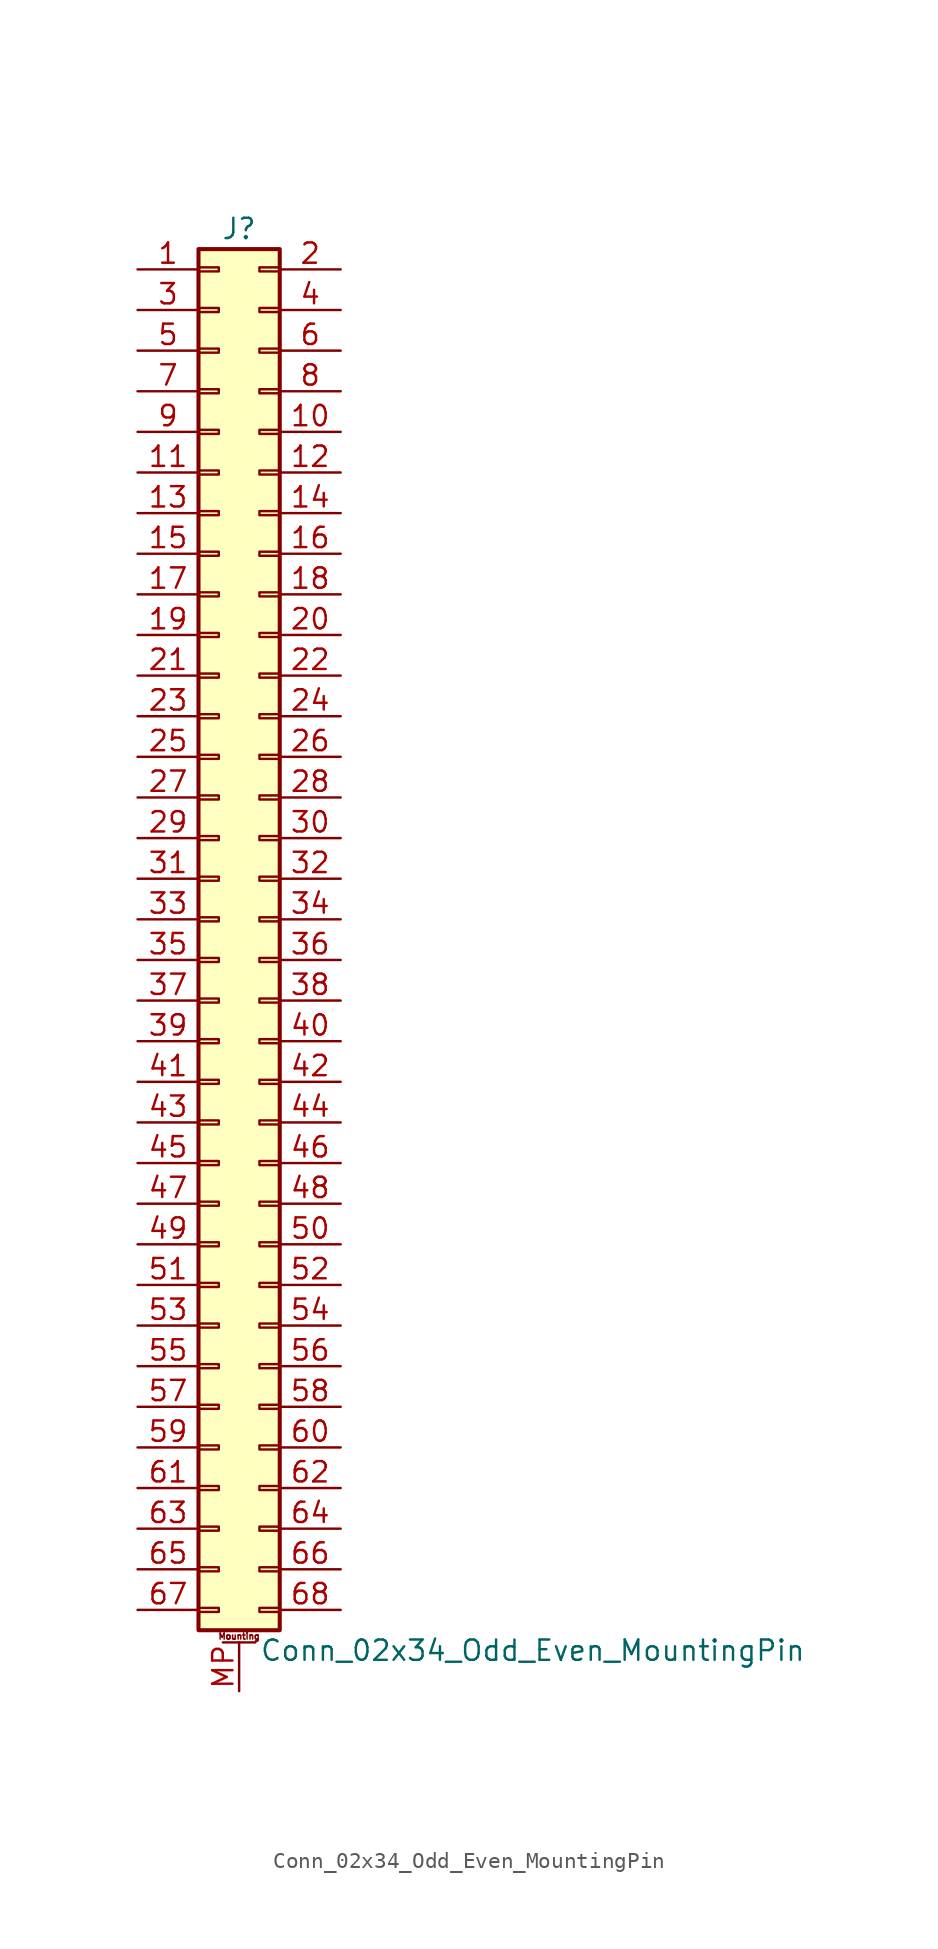
<source format=kicad_sym>
(kicad_symbol_lib
  (version 20201005)
  (generator kicad_symbol_editor)
  (symbol "Conn_02x34_Odd_Even_MountingPin"
    (pin_names
      (offset 1.016) hide)
    (property "Reference" "J"
      (at 1.27 43.18 0)
      (effects (font (size 1.27 1.27))))
    (property "Value" "Conn_02x34_Odd_Even_MountingPin"
      (at 2.54 -45.72 0)
      (effects (font (size 1.27 1.27)) (justify left)))
    (symbol "Conn_02x34_Odd_Even_MountingPin_1_1"
      (text "Mounting" (at 1.27 -44.831 0) (effects (font (size 0.381 0.381))))
      (rectangle (start -1.27 -43.053) (end 0 -43.307) (stroke (width 0.152)) (fill (type none)))
      (rectangle (start -1.27 -40.513) (end 0 -40.767) (stroke (width 0.152)) (fill (type none)))
      (rectangle (start -1.27 -37.973) (end 0 -38.227) (stroke (width 0.152)) (fill (type none)))
      (rectangle (start -1.27 -35.433) (end 0 -35.687) (stroke (width 0.152)) (fill (type none)))
      (rectangle (start -1.27 -32.893) (end 0 -33.147) (stroke (width 0.152)) (fill (type none)))
      (rectangle (start -1.27 -30.353) (end 0 -30.607) (stroke (width 0.152)) (fill (type none)))
      (rectangle (start -1.27 -27.813) (end 0 -28.067) (stroke (width 0.152)) (fill (type none)))
      (rectangle (start -1.27 -25.273) (end 0 -25.527) (stroke (width 0.152)) (fill (type none)))
      (rectangle (start -1.27 -22.733) (end 0 -22.987) (stroke (width 0.152)) (fill (type none)))
      (rectangle (start -1.27 -20.193) (end 0 -20.447) (stroke (width 0.152)) (fill (type none)))
      (rectangle (start -1.27 -17.653) (end 0 -17.907) (stroke (width 0.152)) (fill (type none)))
      (rectangle (start -1.27 -15.113) (end 0 -15.367) (stroke (width 0.152)) (fill (type none)))
      (rectangle (start -1.27 -12.573) (end 0 -12.827) (stroke (width 0.152)) (fill (type none)))
      (rectangle (start -1.27 -10.033) (end 0 -10.287) (stroke (width 0.152)) (fill (type none)))
      (rectangle (start -1.27 -7.493) (end 0 -7.747) (stroke (width 0.152)) (fill (type none)))
      (rectangle (start -1.27 -4.953) (end 0 -5.207) (stroke (width 0.152)) (fill (type none)))
      (rectangle (start -1.27 -2.413) (end 0 -2.667) (stroke (width 0.152)) (fill (type none)))
      (rectangle (start -1.27 0.127) (end 0 -0.127) (stroke (width 0.152)) (fill (type none)))
      (rectangle (start -1.27 2.667) (end 0 2.413) (stroke (width 0.152)) (fill (type none)))
      (rectangle (start -1.27 5.207) (end 0 4.953) (stroke (width 0.152)) (fill (type none)))
      (rectangle (start -1.27 7.747) (end 0 7.493) (stroke (width 0.152)) (fill (type none)))
      (rectangle (start -1.27 10.287) (end 0 10.033) (stroke (width 0.152)) (fill (type none)))
      (rectangle (start -1.27 12.827) (end 0 12.573) (stroke (width 0.152)) (fill (type none)))
      (rectangle (start -1.27 15.367) (end 0 15.113) (stroke (width 0.152)) (fill (type none)))
      (rectangle (start -1.27 17.907) (end 0 17.653) (stroke (width 0.152)) (fill (type none)))
      (rectangle (start -1.27 20.447) (end 0 20.193) (stroke (width 0.152)) (fill (type none)))
      (rectangle (start -1.27 22.987) (end 0 22.733) (stroke (width 0.152)) (fill (type none)))
      (rectangle (start -1.27 25.527) (end 0 25.273) (stroke (width 0.152)) (fill (type none)))
      (rectangle (start -1.27 28.067) (end 0 27.813) (stroke (width 0.152)) (fill (type none)))
      (rectangle (start -1.27 30.607) (end 0 30.353) (stroke (width 0.152)) (fill (type none)))
      (rectangle (start -1.27 33.147) (end 0 32.893) (stroke (width 0.152)) (fill (type none)))
      (rectangle (start -1.27 35.687) (end 0 35.433) (stroke (width 0.152)) (fill (type none)))
      (rectangle (start -1.27 38.227) (end 0 37.973) (stroke (width 0.152)) (fill (type none)))
      (rectangle (start -1.27 40.767) (end 0 40.513) (stroke (width 0.152)) (fill (type none)))
      (rectangle (start -1.27 41.91) (end 3.81 -44.45) (stroke (width 0.254)) (fill (type background)))
      (rectangle (start 3.81 -43.053) (end 2.54 -43.307) (stroke (width 0.152)) (fill (type none)))
      (rectangle (start 3.81 -40.513) (end 2.54 -40.767) (stroke (width 0.152)) (fill (type none)))
      (rectangle (start 3.81 -37.973) (end 2.54 -38.227) (stroke (width 0.152)) (fill (type none)))
      (rectangle (start 3.81 -35.433) (end 2.54 -35.687) (stroke (width 0.152)) (fill (type none)))
      (rectangle (start 3.81 -32.893) (end 2.54 -33.147) (stroke (width 0.152)) (fill (type none)))
      (rectangle (start 3.81 -30.353) (end 2.54 -30.607) (stroke (width 0.152)) (fill (type none)))
      (rectangle (start 3.81 -27.813) (end 2.54 -28.067) (stroke (width 0.152)) (fill (type none)))
      (rectangle (start 3.81 -25.273) (end 2.54 -25.527) (stroke (width 0.152)) (fill (type none)))
      (rectangle (start 3.81 -22.733) (end 2.54 -22.987) (stroke (width 0.152)) (fill (type none)))
      (rectangle (start 3.81 -20.193) (end 2.54 -20.447) (stroke (width 0.152)) (fill (type none)))
      (rectangle (start 3.81 -17.653) (end 2.54 -17.907) (stroke (width 0.152)) (fill (type none)))
      (rectangle (start 3.81 -15.113) (end 2.54 -15.367) (stroke (width 0.152)) (fill (type none)))
      (rectangle (start 3.81 -12.573) (end 2.54 -12.827) (stroke (width 0.152)) (fill (type none)))
      (rectangle (start 3.81 -10.033) (end 2.54 -10.287) (stroke (width 0.152)) (fill (type none)))
      (rectangle (start 3.81 -7.493) (end 2.54 -7.747) (stroke (width 0.152)) (fill (type none)))
      (rectangle (start 3.81 -4.953) (end 2.54 -5.207) (stroke (width 0.152)) (fill (type none)))
      (rectangle (start 3.81 -2.413) (end 2.54 -2.667) (stroke (width 0.152)) (fill (type none)))
      (rectangle (start 3.81 0.127) (end 2.54 -0.127) (stroke (width 0.152)) (fill (type none)))
      (rectangle (start 3.81 2.667) (end 2.54 2.413) (stroke (width 0.152)) (fill (type none)))
      (rectangle (start 3.81 5.207) (end 2.54 4.953) (stroke (width 0.152)) (fill (type none)))
      (rectangle (start 3.81 7.747) (end 2.54 7.493) (stroke (width 0.152)) (fill (type none)))
      (rectangle (start 3.81 10.287) (end 2.54 10.033) (stroke (width 0.152)) (fill (type none)))
      (rectangle (start 3.81 12.827) (end 2.54 12.573) (stroke (width 0.152)) (fill (type none)))
      (rectangle (start 3.81 15.367) (end 2.54 15.113) (stroke (width 0.152)) (fill (type none)))
      (rectangle (start 3.81 17.907) (end 2.54 17.653) (stroke (width 0.152)) (fill (type none)))
      (rectangle (start 3.81 20.447) (end 2.54 20.193) (stroke (width 0.152)) (fill (type none)))
      (rectangle (start 3.81 22.987) (end 2.54 22.733) (stroke (width 0.152)) (fill (type none)))
      (rectangle (start 3.81 25.527) (end 2.54 25.273) (stroke (width 0.152)) (fill (type none)))
      (rectangle (start 3.81 28.067) (end 2.54 27.813) (stroke (width 0.152)) (fill (type none)))
      (rectangle (start 3.81 30.607) (end 2.54 30.353) (stroke (width 0.152)) (fill (type none)))
      (rectangle (start 3.81 33.147) (end 2.54 32.893) (stroke (width 0.152)) (fill (type none)))
      (rectangle (start 3.81 35.687) (end 2.54 35.433) (stroke (width 0.152)) (fill (type none)))
      (rectangle (start 3.81 38.227) (end 2.54 37.973) (stroke (width 0.152)) (fill (type none)))
      (rectangle (start 3.81 40.767) (end 2.54 40.513) (stroke (width 0.152)) (fill (type none)))
      (polyline (pts (xy 0.254 -45.212) (xy 2.286 -45.212)) (stroke (width 0.152)) (fill (type none)))
      (pin passive line (at -5.08 40.64 0) (length 3.81) (name "Pin_1" (effects (font (size 1.27 1.27)))) (number "1" (effects (font (size 1.27 1.27)))))
      (pin passive line (at 7.62 30.48 180) (length 3.81) (name "Pin_10" (effects (font (size 1.27 1.27)))) (number "10" (effects (font (size 1.27 1.27)))))
      (pin passive line (at -5.08 27.94 0) (length 3.81) (name "Pin_11" (effects (font (size 1.27 1.27)))) (number "11" (effects (font (size 1.27 1.27)))))
      (pin passive line (at 7.62 27.94 180) (length 3.81) (name "Pin_12" (effects (font (size 1.27 1.27)))) (number "12" (effects (font (size 1.27 1.27)))))
      (pin passive line (at -5.08 25.4 0) (length 3.81) (name "Pin_13" (effects (font (size 1.27 1.27)))) (number "13" (effects (font (size 1.27 1.27)))))
      (pin passive line (at 7.62 25.4 180) (length 3.81) (name "Pin_14" (effects (font (size 1.27 1.27)))) (number "14" (effects (font (size 1.27 1.27)))))
      (pin passive line (at -5.08 22.86 0) (length 3.81) (name "Pin_15" (effects (font (size 1.27 1.27)))) (number "15" (effects (font (size 1.27 1.27)))))
      (pin passive line (at 7.62 22.86 180) (length 3.81) (name "Pin_16" (effects (font (size 1.27 1.27)))) (number "16" (effects (font (size 1.27 1.27)))))
      (pin passive line (at -5.08 20.32 0) (length 3.81) (name "Pin_17" (effects (font (size 1.27 1.27)))) (number "17" (effects (font (size 1.27 1.27)))))
      (pin passive line (at 7.62 20.32 180) (length 3.81) (name "Pin_18" (effects (font (size 1.27 1.27)))) (number "18" (effects (font (size 1.27 1.27)))))
      (pin passive line (at -5.08 17.78 0) (length 3.81) (name "Pin_19" (effects (font (size 1.27 1.27)))) (number "19" (effects (font (size 1.27 1.27)))))
      (pin passive line (at 7.62 40.64 180) (length 3.81) (name "Pin_2" (effects (font (size 1.27 1.27)))) (number "2" (effects (font (size 1.27 1.27)))))
      (pin passive line (at 7.62 17.78 180) (length 3.81) (name "Pin_20" (effects (font (size 1.27 1.27)))) (number "20" (effects (font (size 1.27 1.27)))))
      (pin passive line (at -5.08 15.24 0) (length 3.81) (name "Pin_21" (effects (font (size 1.27 1.27)))) (number "21" (effects (font (size 1.27 1.27)))))
      (pin passive line (at 7.62 15.24 180) (length 3.81) (name "Pin_22" (effects (font (size 1.27 1.27)))) (number "22" (effects (font (size 1.27 1.27)))))
      (pin passive line (at -5.08 12.7 0) (length 3.81) (name "Pin_23" (effects (font (size 1.27 1.27)))) (number "23" (effects (font (size 1.27 1.27)))))
      (pin passive line (at 7.62 12.7 180) (length 3.81) (name "Pin_24" (effects (font (size 1.27 1.27)))) (number "24" (effects (font (size 1.27 1.27)))))
      (pin passive line (at -5.08 10.16 0) (length 3.81) (name "Pin_25" (effects (font (size 1.27 1.27)))) (number "25" (effects (font (size 1.27 1.27)))))
      (pin passive line (at 7.62 10.16 180) (length 3.81) (name "Pin_26" (effects (font (size 1.27 1.27)))) (number "26" (effects (font (size 1.27 1.27)))))
      (pin passive line (at -5.08 7.62 0) (length 3.81) (name "Pin_27" (effects (font (size 1.27 1.27)))) (number "27" (effects (font (size 1.27 1.27)))))
      (pin passive line (at 7.62 7.62 180) (length 3.81) (name "Pin_28" (effects (font (size 1.27 1.27)))) (number "28" (effects (font (size 1.27 1.27)))))
      (pin passive line (at -5.08 5.08 0) (length 3.81) (name "Pin_29" (effects (font (size 1.27 1.27)))) (number "29" (effects (font (size 1.27 1.27)))))
      (pin passive line (at -5.08 38.1 0) (length 3.81) (name "Pin_3" (effects (font (size 1.27 1.27)))) (number "3" (effects (font (size 1.27 1.27)))))
      (pin passive line (at 7.62 5.08 180) (length 3.81) (name "Pin_30" (effects (font (size 1.27 1.27)))) (number "30" (effects (font (size 1.27 1.27)))))
      (pin passive line (at -5.08 2.54 0) (length 3.81) (name "Pin_31" (effects (font (size 1.27 1.27)))) (number "31" (effects (font (size 1.27 1.27)))))
      (pin passive line (at 7.62 2.54 180) (length 3.81) (name "Pin_32" (effects (font (size 1.27 1.27)))) (number "32" (effects (font (size 1.27 1.27)))))
      (pin passive line (at -5.08 0 0) (length 3.81) (name "Pin_33" (effects (font (size 1.27 1.27)))) (number "33" (effects (font (size 1.27 1.27)))))
      (pin passive line (at 7.62 0 180) (length 3.81) (name "Pin_34" (effects (font (size 1.27 1.27)))) (number "34" (effects (font (size 1.27 1.27)))))
      (pin passive line (at -5.08 -2.54 0) (length 3.81) (name "Pin_35" (effects (font (size 1.27 1.27)))) (number "35" (effects (font (size 1.27 1.27)))))
      (pin passive line (at 7.62 -2.54 180) (length 3.81) (name "Pin_36" (effects (font (size 1.27 1.27)))) (number "36" (effects (font (size 1.27 1.27)))))
      (pin passive line (at -5.08 -5.08 0) (length 3.81) (name "Pin_37" (effects (font (size 1.27 1.27)))) (number "37" (effects (font (size 1.27 1.27)))))
      (pin passive line (at 7.62 -5.08 180) (length 3.81) (name "Pin_38" (effects (font (size 1.27 1.27)))) (number "38" (effects (font (size 1.27 1.27)))))
      (pin passive line (at -5.08 -7.62 0) (length 3.81) (name "Pin_39" (effects (font (size 1.27 1.27)))) (number "39" (effects (font (size 1.27 1.27)))))
      (pin passive line (at 7.62 38.1 180) (length 3.81) (name "Pin_4" (effects (font (size 1.27 1.27)))) (number "4" (effects (font (size 1.27 1.27)))))
      (pin passive line (at 7.62 -7.62 180) (length 3.81) (name "Pin_40" (effects (font (size 1.27 1.27)))) (number "40" (effects (font (size 1.27 1.27)))))
      (pin passive line (at -5.08 -10.16 0) (length 3.81) (name "Pin_41" (effects (font (size 1.27 1.27)))) (number "41" (effects (font (size 1.27 1.27)))))
      (pin passive line (at 7.62 -10.16 180) (length 3.81) (name "Pin_42" (effects (font (size 1.27 1.27)))) (number "42" (effects (font (size 1.27 1.27)))))
      (pin passive line (at -5.08 -12.7 0) (length 3.81) (name "Pin_43" (effects (font (size 1.27 1.27)))) (number "43" (effects (font (size 1.27 1.27)))))
      (pin passive line (at 7.62 -12.7 180) (length 3.81) (name "Pin_44" (effects (font (size 1.27 1.27)))) (number "44" (effects (font (size 1.27 1.27)))))
      (pin passive line (at -5.08 -15.24 0) (length 3.81) (name "Pin_45" (effects (font (size 1.27 1.27)))) (number "45" (effects (font (size 1.27 1.27)))))
      (pin passive line (at 7.62 -15.24 180) (length 3.81) (name "Pin_46" (effects (font (size 1.27 1.27)))) (number "46" (effects (font (size 1.27 1.27)))))
      (pin passive line (at -5.08 -17.78 0) (length 3.81) (name "Pin_47" (effects (font (size 1.27 1.27)))) (number "47" (effects (font (size 1.27 1.27)))))
      (pin passive line (at 7.62 -17.78 180) (length 3.81) (name "Pin_48" (effects (font (size 1.27 1.27)))) (number "48" (effects (font (size 1.27 1.27)))))
      (pin passive line (at -5.08 -20.32 0) (length 3.81) (name "Pin_49" (effects (font (size 1.27 1.27)))) (number "49" (effects (font (size 1.27 1.27)))))
      (pin passive line (at -5.08 35.56 0) (length 3.81) (name "Pin_5" (effects (font (size 1.27 1.27)))) (number "5" (effects (font (size 1.27 1.27)))))
      (pin passive line (at 7.62 -20.32 180) (length 3.81) (name "Pin_50" (effects (font (size 1.27 1.27)))) (number "50" (effects (font (size 1.27 1.27)))))
      (pin passive line (at -5.08 -22.86 0) (length 3.81) (name "Pin_51" (effects (font (size 1.27 1.27)))) (number "51" (effects (font (size 1.27 1.27)))))
      (pin passive line (at 7.62 -22.86 180) (length 3.81) (name "Pin_52" (effects (font (size 1.27 1.27)))) (number "52" (effects (font (size 1.27 1.27)))))
      (pin passive line (at -5.08 -25.4 0) (length 3.81) (name "Pin_53" (effects (font (size 1.27 1.27)))) (number "53" (effects (font (size 1.27 1.27)))))
      (pin passive line (at 7.62 -25.4 180) (length 3.81) (name "Pin_54" (effects (font (size 1.27 1.27)))) (number "54" (effects (font (size 1.27 1.27)))))
      (pin passive line (at -5.08 -27.94 0) (length 3.81) (name "Pin_55" (effects (font (size 1.27 1.27)))) (number "55" (effects (font (size 1.27 1.27)))))
      (pin passive line (at 7.62 -27.94 180) (length 3.81) (name "Pin_56" (effects (font (size 1.27 1.27)))) (number "56" (effects (font (size 1.27 1.27)))))
      (pin passive line (at -5.08 -30.48 0) (length 3.81) (name "Pin_57" (effects (font (size 1.27 1.27)))) (number "57" (effects (font (size 1.27 1.27)))))
      (pin passive line (at 7.62 -30.48 180) (length 3.81) (name "Pin_58" (effects (font (size 1.27 1.27)))) (number "58" (effects (font (size 1.27 1.27)))))
      (pin passive line (at -5.08 -33.02 0) (length 3.81) (name "Pin_59" (effects (font (size 1.27 1.27)))) (number "59" (effects (font (size 1.27 1.27)))))
      (pin passive line (at 7.62 35.56 180) (length 3.81) (name "Pin_6" (effects (font (size 1.27 1.27)))) (number "6" (effects (font (size 1.27 1.27)))))
      (pin passive line (at 7.62 -33.02 180) (length 3.81) (name "Pin_60" (effects (font (size 1.27 1.27)))) (number "60" (effects (font (size 1.27 1.27)))))
      (pin passive line (at -5.08 -35.56 0) (length 3.81) (name "Pin_61" (effects (font (size 1.27 1.27)))) (number "61" (effects (font (size 1.27 1.27)))))
      (pin passive line (at 7.62 -35.56 180) (length 3.81) (name "Pin_62" (effects (font (size 1.27 1.27)))) (number "62" (effects (font (size 1.27 1.27)))))
      (pin passive line (at -5.08 -38.1 0) (length 3.81) (name "Pin_63" (effects (font (size 1.27 1.27)))) (number "63" (effects (font (size 1.27 1.27)))))
      (pin passive line (at 7.62 -38.1 180) (length 3.81) (name "Pin_64" (effects (font (size 1.27 1.27)))) (number "64" (effects (font (size 1.27 1.27)))))
      (pin passive line (at -5.08 -40.64 0) (length 3.81) (name "Pin_65" (effects (font (size 1.27 1.27)))) (number "65" (effects (font (size 1.27 1.27)))))
      (pin passive line (at 7.62 -40.64 180) (length 3.81) (name "Pin_66" (effects (font (size 1.27 1.27)))) (number "66" (effects (font (size 1.27 1.27)))))
      (pin passive line (at -5.08 -43.18 0) (length 3.81) (name "Pin_67" (effects (font (size 1.27 1.27)))) (number "67" (effects (font (size 1.27 1.27)))))
      (pin passive line (at 7.62 -43.18 180) (length 3.81) (name "Pin_68" (effects (font (size 1.27 1.27)))) (number "68" (effects (font (size 1.27 1.27)))))
      (pin passive line (at -5.08 33.02 0) (length 3.81) (name "Pin_7" (effects (font (size 1.27 1.27)))) (number "7" (effects (font (size 1.27 1.27)))))
      (pin passive line (at 7.62 33.02 180) (length 3.81) (name "Pin_8" (effects (font (size 1.27 1.27)))) (number "8" (effects (font (size 1.27 1.27)))))
      (pin passive line (at -5.08 30.48 0) (length 3.81) (name "Pin_9" (effects (font (size 1.27 1.27)))) (number "9" (effects (font (size 1.27 1.27)))))
      (pin passive line (at 1.27 -48.26 90) (length 3.048) (name "MountPin" (effects (font (size 1.27 1.27)))) (number "MP" (effects (font (size 1.27 1.27))))))))
</source>
